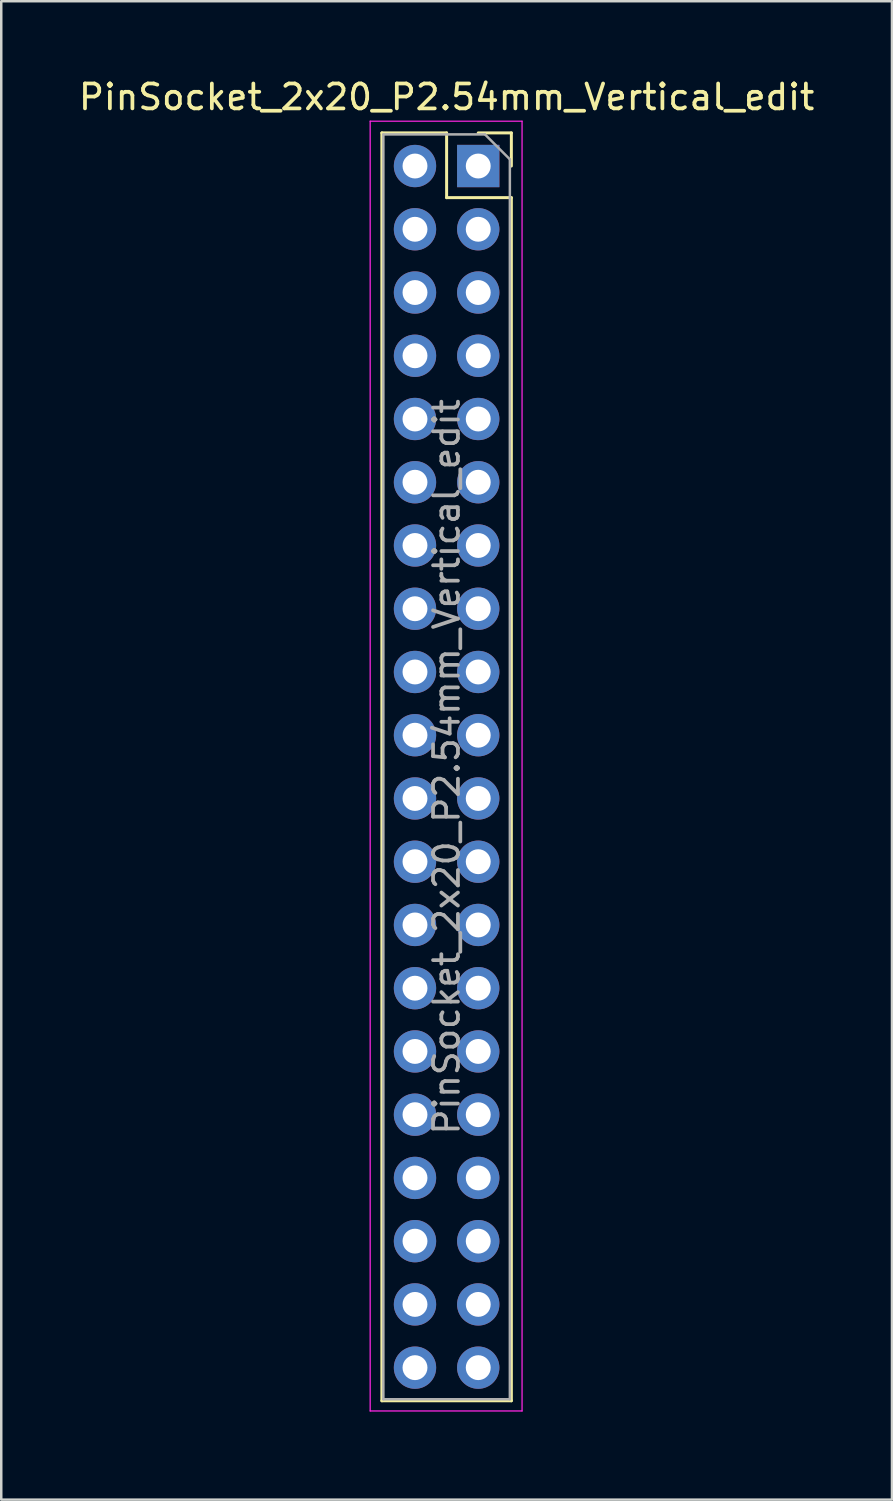
<source format=kicad_pcb>
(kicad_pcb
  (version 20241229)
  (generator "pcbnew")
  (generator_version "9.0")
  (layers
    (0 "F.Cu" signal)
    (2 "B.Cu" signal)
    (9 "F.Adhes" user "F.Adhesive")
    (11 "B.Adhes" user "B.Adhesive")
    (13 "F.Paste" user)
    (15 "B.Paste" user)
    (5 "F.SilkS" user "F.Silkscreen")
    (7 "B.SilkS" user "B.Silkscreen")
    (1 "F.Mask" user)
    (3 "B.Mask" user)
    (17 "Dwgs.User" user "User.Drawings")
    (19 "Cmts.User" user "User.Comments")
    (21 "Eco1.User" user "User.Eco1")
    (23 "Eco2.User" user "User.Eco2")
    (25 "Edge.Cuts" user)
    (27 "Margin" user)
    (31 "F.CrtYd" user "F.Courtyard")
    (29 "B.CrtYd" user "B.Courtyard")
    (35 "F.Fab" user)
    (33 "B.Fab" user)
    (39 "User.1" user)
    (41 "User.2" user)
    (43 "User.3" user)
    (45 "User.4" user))
  (footprint "PinSocket_2x20_P2.54mm_Vertical_edit"
    (layer "F.Cu")
    (at 16.157 3.618)
    (property "Reference" "PinSocket_2x20_P2.54mm_Vertical_edit" (at -1.27 -2.77 0) (layer "F.SilkS") (effects (font (size 1 1) (thickness 0.15))))
    (attr through_hole)
    (fp_line (start -3.87 -1.33) (end -3.87 49.59) (stroke (width 0.12) (type solid)) (layer "F.SilkS"))
    (fp_line (start -3.87 -1.33) (end -1.27 -1.33) (stroke (width 0.12) (type solid)) (layer "F.SilkS"))
    (fp_line (start -3.87 49.59) (end 1.33 49.59) (stroke (width 0.12) (type solid)) (layer "F.SilkS"))
    (fp_line (start -1.27 -1.33) (end -1.27 1.27) (stroke (width 0.12) (type solid)) (layer "F.SilkS"))
    (fp_line (start -1.27 1.27) (end 1.33 1.27) (stroke (width 0.12) (type solid)) (layer "F.SilkS"))
    (fp_line (start 0 -1.33) (end 1.33 -1.33) (stroke (width 0.12) (type solid)) (layer "F.SilkS"))
    (fp_line (start 1.33 -1.33) (end 1.33 0) (stroke (width 0.12) (type solid)) (layer "F.SilkS"))
    (fp_line (start 1.33 1.27) (end 1.33 49.59) (stroke (width 0.12) (type solid)) (layer "F.SilkS"))
    (fp_line (start -4.75 -2.25) (end -4.75 -2) (stroke (width 0.12) (type solid)) (layer "Eco1.User"))
    (fp_line (start -4.75 -2) (end -4.75 50.5) (stroke (width 0.12) (type solid)) (layer "Eco1.User"))
    (fp_line (start -4.75 50.5) (end 2.25 50.5) (stroke (width 0.12) (type solid)) (layer "Eco1.User"))
    (fp_line (start 2.25 -2.25) (end -4.75 -2.25) (stroke (width 0.12) (type solid)) (layer "Eco1.User"))
    (fp_line (start 2.25 50.5) (end 2.25 -2.25) (stroke (width 0.12) (type solid)) (layer "Eco1.User"))
    (fp_line (start -4.34 -1.8) (end 1.76 -1.8) (stroke (width 0.05) (type solid)) (layer "F.CrtYd"))
    (fp_line (start -4.34 50) (end -4.34 -1.8) (stroke (width 0.05) (type solid)) (layer "F.CrtYd"))
    (fp_line (start 1.76 -1.8) (end 1.76 50) (stroke (width 0.05) (type solid)) (layer "F.CrtYd"))
    (fp_line (start 1.76 50) (end -4.34 50) (stroke (width 0.05) (type solid)) (layer "F.CrtYd"))
    (fp_line (start -3.81 -1.27) (end 0.27 -1.27) (stroke (width 0.1) (type solid)) (layer "F.Fab"))
    (fp_line (start -3.81 49.53) (end -3.81 -1.27) (stroke (width 0.1) (type solid)) (layer "F.Fab"))
    (fp_line (start 0.27 -1.27) (end 1.27 -0.27) (stroke (width 0.1) (type solid)) (layer "F.Fab"))
    (fp_line (start 1.27 -0.27) (end 1.27 49.53) (stroke (width 0.1) (type solid)) (layer "F.Fab"))
    (fp_line (start 1.27 49.53) (end -3.81 49.53) (stroke (width 0.1) (type solid)) (layer "F.Fab"))
    (fp_text user "${REFERENCE}" (at -1.27 24.13 90) (layer "F.Fab") (effects (font (size 1 1) (thickness 0.15))))
    (pad "1" thru_hole rect (at 0 0) (size 1.7 1.7) (drill 1) (layers "*.Cu" "*.Mask"))
    (pad "2" thru_hole oval (at -2.54 0) (size 1.7 1.7) (drill 1) (layers "*.Cu" "*.Mask"))
    (pad "3" thru_hole oval (at 0 2.54) (size 1.7 1.7) (drill 1) (layers "*.Cu" "*.Mask"))
    (pad "4" thru_hole oval (at -2.54 2.54) (size 1.7 1.7) (drill 1) (layers "*.Cu" "*.Mask"))
    (pad "5" thru_hole oval (at 0 5.08) (size 1.7 1.7) (drill 1) (layers "*.Cu" "*.Mask"))
    (pad "6" thru_hole oval (at -2.54 5.08) (size 1.7 1.7) (drill 1) (layers "*.Cu" "*.Mask"))
    (pad "7" thru_hole oval (at 0 7.62) (size 1.7 1.7) (drill 1) (layers "*.Cu" "*.Mask"))
    (pad "8" thru_hole oval (at -2.54 7.62) (size 1.7 1.7) (drill 1) (layers "*.Cu" "*.Mask"))
    (pad "9" thru_hole oval (at 0 10.16) (size 1.7 1.7) (drill 1) (layers "*.Cu" "*.Mask"))
    (pad "10" thru_hole oval (at -2.54 10.16) (size 1.7 1.7) (drill 1) (layers "*.Cu" "*.Mask"))
    (pad "11" thru_hole oval (at 0 12.7) (size 1.7 1.7) (drill 1) (layers "*.Cu" "*.Mask"))
    (pad "12" thru_hole oval (at -2.54 12.7) (size 1.7 1.7) (drill 1) (layers "*.Cu" "*.Mask"))
    (pad "13" thru_hole oval (at 0 15.24) (size 1.7 1.7) (drill 1) (layers "*.Cu" "*.Mask"))
    (pad "14" thru_hole oval (at -2.54 15.24) (size 1.7 1.7) (drill 1) (layers "*.Cu" "*.Mask"))
    (pad "15" thru_hole oval (at 0 17.78) (size 1.7 1.7) (drill 1) (layers "*.Cu" "*.Mask"))
    (pad "16" thru_hole oval (at -2.54 17.78) (size 1.7 1.7) (drill 1) (layers "*.Cu" "*.Mask"))
    (pad "17" thru_hole oval (at 0 20.32) (size 1.7 1.7) (drill 1) (layers "*.Cu" "*.Mask"))
    (pad "18" thru_hole oval (at -2.54 20.32) (size 1.7 1.7) (drill 1) (layers "*.Cu" "*.Mask"))
    (pad "19" thru_hole oval (at 0 22.86) (size 1.7 1.7) (drill 1) (layers "*.Cu" "*.Mask"))
    (pad "20" thru_hole oval (at -2.54 22.86) (size 1.7 1.7) (drill 1) (layers "*.Cu" "*.Mask"))
    (pad "21" thru_hole oval (at 0 25.4) (size 1.7 1.7) (drill 1) (layers "*.Cu" "*.Mask"))
    (pad "22" thru_hole oval (at -2.54 25.4) (size 1.7 1.7) (drill 1) (layers "*.Cu" "*.Mask"))
    (pad "23" thru_hole oval (at 0 27.94) (size 1.7 1.7) (drill 1) (layers "*.Cu" "*.Mask"))
    (pad "24" thru_hole oval (at -2.54 27.94) (size 1.7 1.7) (drill 1) (layers "*.Cu" "*.Mask"))
    (pad "25" thru_hole oval (at 0 30.48) (size 1.7 1.7) (drill 1) (layers "*.Cu" "*.Mask"))
    (pad "26" thru_hole oval (at -2.54 30.48) (size 1.7 1.7) (drill 1) (layers "*.Cu" "*.Mask"))
    (pad "27" thru_hole oval (at 0 33.02) (size 1.7 1.7) (drill 1) (layers "*.Cu" "*.Mask"))
    (pad "28" thru_hole oval (at -2.54 33.02) (size 1.7 1.7) (drill 1) (layers "*.Cu" "*.Mask"))
    (pad "29" thru_hole oval (at 0 35.56) (size 1.7 1.7) (drill 1) (layers "*.Cu" "*.Mask"))
    (pad "30" thru_hole oval (at -2.54 35.56) (size 1.7 1.7) (drill 1) (layers "*.Cu" "*.Mask"))
    (pad "31" thru_hole oval (at 0 38.1) (size 1.7 1.7) (drill 1) (layers "*.Cu" "*.Mask"))
    (pad "32" thru_hole oval (at -2.54 38.1) (size 1.7 1.7) (drill 1) (layers "*.Cu" "*.Mask"))
    (pad "33" thru_hole oval (at 0 40.64) (size 1.7 1.7) (drill 1) (layers "*.Cu" "*.Mask"))
    (pad "34" thru_hole oval (at -2.54 40.64) (size 1.7 1.7) (drill 1) (layers "*.Cu" "*.Mask"))
    (pad "35" thru_hole oval (at 0 43.18) (size 1.7 1.7) (drill 1) (layers "*.Cu" "*.Mask"))
    (pad "36" thru_hole oval (at -2.54 43.18) (size 1.7 1.7) (drill 1) (layers "*.Cu" "*.Mask"))
    (pad "37" thru_hole oval (at 0 45.72) (size 1.7 1.7) (drill 1) (layers "*.Cu" "*.Mask"))
    (pad "38" thru_hole oval (at -2.54 45.72) (size 1.7 1.7) (drill 1) (layers "*.Cu" "*.Mask"))
    (pad "39" thru_hole oval (at 0 48.26) (size 1.7 1.7) (drill 1) (layers "*.Cu" "*.Mask"))
    (pad "40" thru_hole oval (at -2.54 48.26) (size 1.7 1.7) (drill 1) (layers "*.Cu" "*.Mask")))
  (gr_rect
    (start -3 -3)
    (end 32.774 57.178)
    (stroke (width 0.1) (type default))
    (fill no)
    (layer "Edge.Cuts")))
</source>
